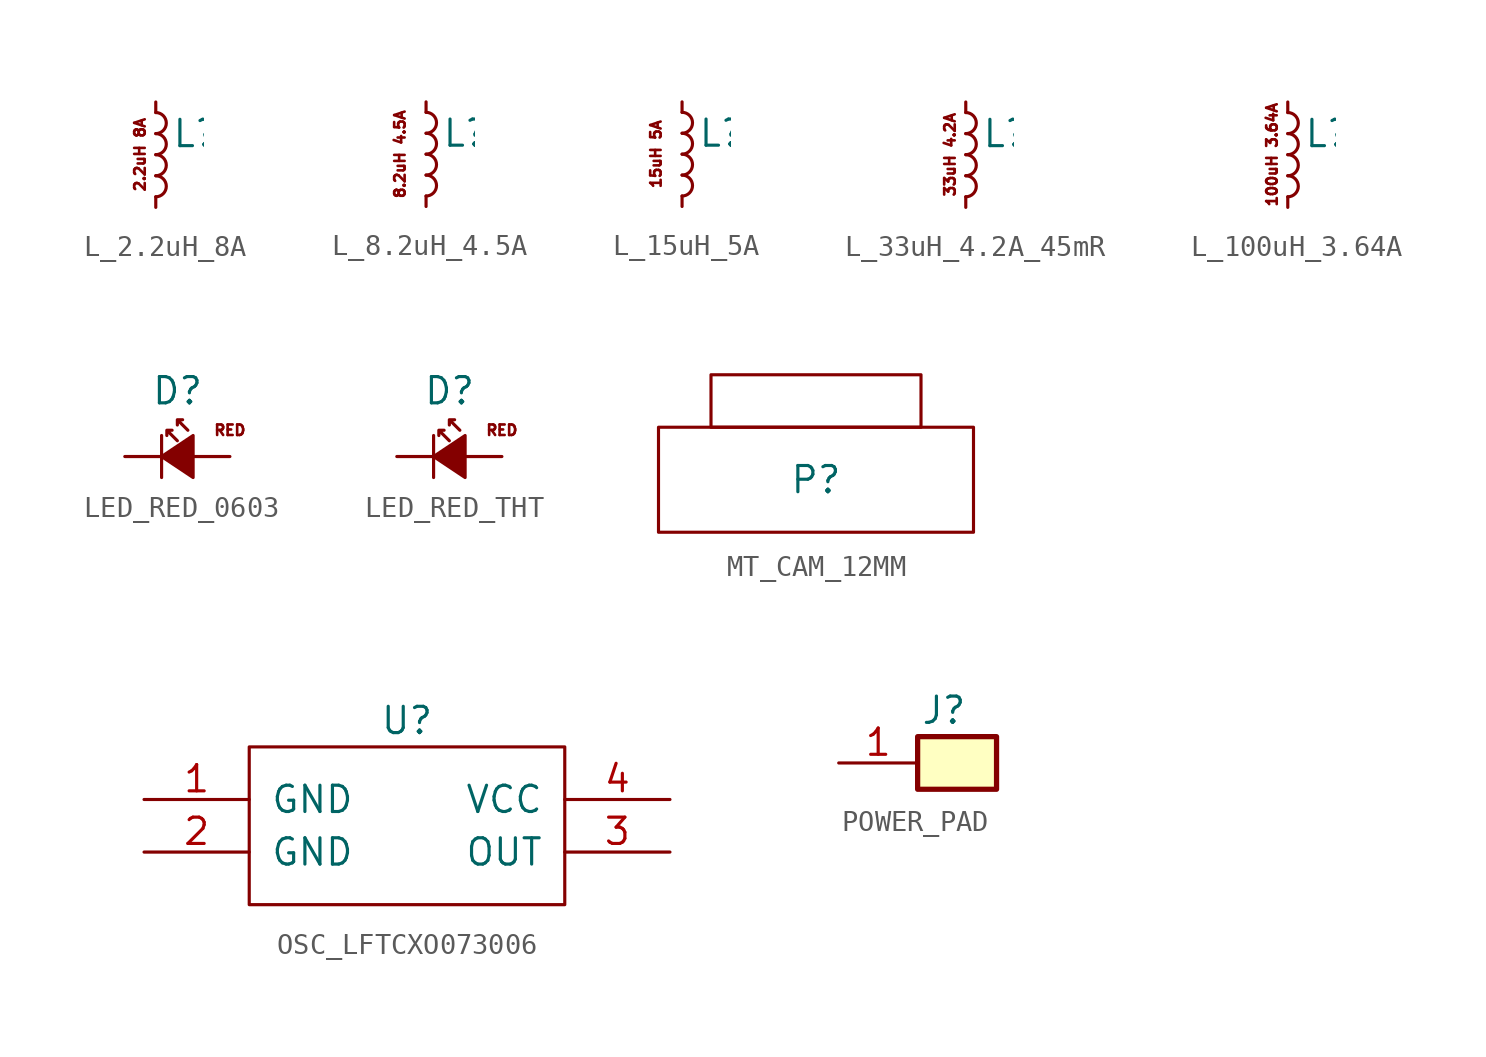
<source format=kicad_sym>
(kicad_symbol_lib
  (version 20211014)
  (generator kicad_symbol_editor)
  (symbol "L_2.2uH_8A"
    (pin_numbers hide)
    (pin_names
      (offset 0.254) hide)
    (property "Reference" "L"
      (at 0.762 1.016 0)
      (effects (font (size 1.27 1.27)) (justify left)))
    (symbol "L_2.2uH_8A_0_0"
      (text "2.2uH 8A" (at -0.762 0 900) (effects (font (size 0.508 0.508)))))
    (symbol "L_2.2uH_8A_0_1"
      (arc (start 0 -2.032) (mid 0.508 -1.524) (end 0 -1.016) (stroke (width 0) (type default) (color 0 0 0 0)) (fill (type none)))
      (arc (start 0 -1.016) (mid 0.508 -0.508) (end 0 0) (stroke (width 0) (type default) (color 0 0 0 0)) (fill (type none)))
      (arc (start 0 0) (mid 0.508 0.508) (end 0 1.016) (stroke (width 0) (type default) (color 0 0 0 0)) (fill (type none)))
      (arc (start 0 1.016) (mid 0.508 1.524) (end 0 2.032) (stroke (width 0) (type default) (color 0 0 0 0)) (fill (type none))))
    (symbol "L_2.2uH_8A_1_1"
      (pin passive line (at 0 2.54 270) (length 0.508) (name "~" (effects (font (size 1.27 1.27)))) (number "1" (effects (font (size 1.27 1.27)))))
      (pin passive line (at 0 -2.54 90) (length 0.508) (name "~" (effects (font (size 1.27 1.27)))) (number "2" (effects (font (size 1.27 1.27)))))))
  (symbol "L_8.2uH_4.5A"
    (pin_numbers hide)
    (pin_names
      (offset 0.254) hide)
    (property "Reference" "L"
      (at 0.762 1.016 0)
      (effects (font (size 1.27 1.27)) (justify left)))
    (symbol "L_8.2uH_4.5A_0_0"
      (text "8.2uH 4.5A" (at -1.27 0 900) (effects (font (size 0.508 0.508)))))
    (symbol "L_8.2uH_4.5A_0_1"
      (arc (start 0 -2.032) (mid 0.508 -1.524) (end 0 -1.016) (stroke (width 0) (type default) (color 0 0 0 0)) (fill (type none)))
      (arc (start 0 -1.016) (mid 0.508 -0.508) (end 0 0) (stroke (width 0) (type default) (color 0 0 0 0)) (fill (type none)))
      (arc (start 0 0) (mid 0.508 0.508) (end 0 1.016) (stroke (width 0) (type default) (color 0 0 0 0)) (fill (type none)))
      (arc (start 0 1.016) (mid 0.508 1.524) (end 0 2.032) (stroke (width 0) (type default) (color 0 0 0 0)) (fill (type none))))
    (symbol "L_8.2uH_4.5A_1_1"
      (pin passive line (at 0 2.54 270) (length 0.508) (name "~" (effects (font (size 1.27 1.27)))) (number "1" (effects (font (size 1.27 1.27)))))
      (pin passive line (at 0 -2.54 90) (length 0.508) (name "~" (effects (font (size 1.27 1.27)))) (number "2" (effects (font (size 1.27 1.27)))))))
  (symbol "L_15uH_5A"
    (pin_numbers hide)
    (pin_names
      (offset 0.254) hide)
    (property "Reference" "L"
      (at 0.762 1.016 0)
      (effects (font (size 1.27 1.27)) (justify left)))
    (symbol "L_15uH_5A_0_0"
      (text "15uH 5A" (at -1.27 0 900) (effects (font (size 0.508 0.508)))))
    (symbol "L_15uH_5A_0_1"
      (arc (start 0 -2.032) (mid 0.508 -1.524) (end 0 -1.016) (stroke (width 0) (type default) (color 0 0 0 0)) (fill (type none)))
      (arc (start 0 -1.016) (mid 0.508 -0.508) (end 0 0) (stroke (width 0) (type default) (color 0 0 0 0)) (fill (type none)))
      (arc (start 0 0) (mid 0.508 0.508) (end 0 1.016) (stroke (width 0) (type default) (color 0 0 0 0)) (fill (type none)))
      (arc (start 0 1.016) (mid 0.508 1.524) (end 0 2.032) (stroke (width 0) (type default) (color 0 0 0 0)) (fill (type none))))
    (symbol "L_15uH_5A_1_1"
      (pin passive line (at 0 2.54 270) (length 0.508) (name "~" (effects (font (size 1.27 1.27)))) (number "1" (effects (font (size 1.27 1.27)))))
      (pin passive line (at 0 -2.54 90) (length 0.508) (name "~" (effects (font (size 1.27 1.27)))) (number "2" (effects (font (size 1.27 1.27)))))))
  (symbol "L_33uH_4.2A_45mR"
    (pin_numbers hide)
    (pin_names
      (offset 0.254) hide)
    (property "Reference" "L"
      (at 0.762 1.016 0)
      (effects (font (size 1.27 1.27)) (justify left)))
    (symbol "L_33uH_4.2A_45mR_0_0"
      (text "33uH 4.2A" (at -0.762 0 900) (effects (font (size 0.508 0.508)))))
    (symbol "L_33uH_4.2A_45mR_0_1"
      (arc (start 0 -2.032) (mid 0.508 -1.524) (end 0 -1.016) (stroke (width 0) (type default) (color 0 0 0 0)) (fill (type none)))
      (arc (start 0 -1.016) (mid 0.508 -0.508) (end 0 0) (stroke (width 0) (type default) (color 0 0 0 0)) (fill (type none)))
      (arc (start 0 0) (mid 0.508 0.508) (end 0 1.016) (stroke (width 0) (type default) (color 0 0 0 0)) (fill (type none)))
      (arc (start 0 1.016) (mid 0.508 1.524) (end 0 2.032) (stroke (width 0) (type default) (color 0 0 0 0)) (fill (type none))))
    (symbol "L_33uH_4.2A_45mR_1_1"
      (pin passive line (at 0 2.54 270) (length 0.508) (name "~" (effects (font (size 1.27 1.27)))) (number "1" (effects (font (size 1.27 1.27)))))
      (pin passive line (at 0 -2.54 90) (length 0.508) (name "~" (effects (font (size 1.27 1.27)))) (number "2" (effects (font (size 1.27 1.27)))))))
  (symbol "L_100uH_3.64A"
    (pin_numbers hide)
    (pin_names
      (offset 0.254) hide)
    (property "Reference" "L"
      (at 0.762 1.016 0)
      (effects (font (size 1.27 1.27)) (justify left)))
    (symbol "L_100uH_3.64A_0_0"
      (text "100uH 3.64A" (at -0.762 0 900) (effects (font (size 0.508 0.508)))))
    (symbol "L_100uH_3.64A_0_1"
      (arc (start 0 -2.032) (mid 0.508 -1.524) (end 0 -1.016) (stroke (width 0) (type default) (color 0 0 0 0)) (fill (type none)))
      (arc (start 0 -1.016) (mid 0.508 -0.508) (end 0 0) (stroke (width 0) (type default) (color 0 0 0 0)) (fill (type none)))
      (arc (start 0 0) (mid 0.508 0.508) (end 0 1.016) (stroke (width 0) (type default) (color 0 0 0 0)) (fill (type none)))
      (arc (start 0 1.016) (mid 0.508 1.524) (end 0 2.032) (stroke (width 0) (type default) (color 0 0 0 0)) (fill (type none))))
    (symbol "L_100uH_3.64A_1_1"
      (pin passive line (at 0 2.54 270) (length 0.508) (name "~" (effects (font (size 1.27 1.27)))) (number "1" (effects (font (size 1.27 1.27)))))
      (pin passive line (at 0 -2.54 90) (length 0.508) (name "~" (effects (font (size 1.27 1.27)))) (number "2" (effects (font (size 1.27 1.27)))))))
  (symbol "LED_RED_0603"
    (pin_numbers hide)
    (pin_names
      (offset 0.254) hide)
    (property "Reference" "D"
      (at -1.27 3.175 0)
      (effects (font (size 1.27 1.27)) (justify left)))
    (property "Datasheet" ""
      (at 0 0 90)
      (effects (font (size 1.27 1.27))))
    (symbol "LED_RED_0603_0_0"
      (text "RED" (at 2.54 1.27 0) (effects (font (size 0.508 0.508)))))
    (symbol "LED_RED_0603_0_1"
      (polyline (pts (xy -0.762 -1.016) (xy -0.762 1.016)) (stroke (width 0) (type default) (color 0 0 0 0)) (fill (type none)))
      (polyline (pts (xy 0.762 -1.016) (xy -0.762 0) (xy 0.762 1.016) (xy 0.762 -1.016)) (stroke (width 0) (type default) (color 0 0 0 0)) (fill (type outline)))
      (polyline (pts (xy 0 0.762) (xy -0.508 1.27) (xy -0.254 1.27) (xy -0.508 1.27) (xy -0.508 1.016)) (stroke (width 0) (type default) (color 0 0 0 0)) (fill (type none)))
      (polyline (pts (xy 0.508 1.27) (xy 0 1.778) (xy 0.254 1.778) (xy 0 1.778) (xy 0 1.524)) (stroke (width 0) (type default) (color 0 0 0 0)) (fill (type none))))
    (symbol "LED_RED_0603_1_1"
      (pin passive line (at -2.54 0 0) (length 1.778) (name "K" (effects (font (size 1.016 1.016)))) (number "1" (effects (font (size 1.016 1.016)))))
      (pin passive line (at 2.54 0 180) (length 1.778) (name "A" (effects (font (size 1.016 1.016)))) (number "2" (effects (font (size 1.016 1.016)))))))
  (symbol "LED_RED_THT"
    (pin_numbers hide)
    (pin_names
      (offset 0.254) hide)
    (property "Reference" "D"
      (at -1.27 3.175 0)
      (effects (font (size 1.27 1.27)) (justify left)))
    (symbol "LED_RED_THT_0_0"
      (text "RED" (at 2.54 1.27 0) (effects (font (size 0.508 0.508)))))
    (symbol "LED_RED_THT_0_1"
      (polyline (pts (xy -0.762 -1.016) (xy -0.762 1.016)) (stroke (width 0) (type default) (color 0 0 0 0)) (fill (type none)))
      (polyline (pts (xy 0.762 -1.016) (xy -0.762 0) (xy 0.762 1.016) (xy 0.762 -1.016)) (stroke (width 0) (type default) (color 0 0 0 0)) (fill (type outline)))
      (polyline (pts (xy 0 0.762) (xy -0.508 1.27) (xy -0.254 1.27) (xy -0.508 1.27) (xy -0.508 1.016)) (stroke (width 0) (type default) (color 0 0 0 0)) (fill (type none)))
      (polyline (pts (xy 0.508 1.27) (xy 0 1.778) (xy 0.254 1.778) (xy 0 1.778) (xy 0 1.524)) (stroke (width 0) (type default) (color 0 0 0 0)) (fill (type none))))
    (symbol "LED_RED_THT_1_1"
      (pin passive line (at -2.54 0 0) (length 1.778) (name "K" (effects (font (size 1.016 1.016)))) (number "1" (effects (font (size 1.016 1.016)))))
      (pin passive line (at 2.54 0 180) (length 1.778) (name "A" (effects (font (size 1.016 1.016)))) (number "2" (effects (font (size 1.016 1.016)))))))
  (symbol "MT_CAM_12MM"
    (pin_names
      (offset 1.016))
    (property "Reference" "P"
      (at 0 0 0)
      (effects (font (size 1.27 1.27))))
    (symbol "MT_CAM_12MM_0_1"
      (rectangle (start -7.62 2.54) (end 7.62 -2.54) (stroke (width 0) (type default) (color 0 0 0 0)) (fill (type none)))
      (rectangle (start -5.08 2.54) (end 5.08 5.08) (stroke (width 0) (type default) (color 0 0 0 0)) (fill (type none)))))
  (symbol "OSC_LFTCXO073006"
    (pin_names
      (offset 1.016))
    (property "Reference" "U"
      (at 0 5.08 0)
      (effects (font (size 1.27 1.27))))
    (symbol "OSC_LFTCXO073006_0_1"
      (rectangle (start -7.62 3.81) (end 7.62 -3.81) (stroke (width 0) (type default) (color 0 0 0 0)) (fill (type none))))
    (symbol "OSC_LFTCXO073006_1_1"
      (pin input line (at -12.7 1.27 0) (length 5.08) (name "GND" (effects (font (size 1.27 1.27)))) (number "1" (effects (font (size 1.27 1.27)))))
      (pin input line (at -12.7 -1.27 0) (length 5.08) (name "GND" (effects (font (size 1.27 1.27)))) (number "2" (effects (font (size 1.27 1.27)))))
      (pin output line (at 12.7 -1.27 180) (length 5.08) (name "OUT" (effects (font (size 1.27 1.27)))) (number "3" (effects (font (size 1.27 1.27)))))
      (pin power_in line (at 12.7 1.27 180) (length 5.08) (name "VCC" (effects (font (size 1.27 1.27)))) (number "4" (effects (font (size 1.27 1.27)))))))
  (symbol "POWER_PAD"
    (pin_names
      (offset 1.016) hide)
    (property "Reference" "J"
      (at 0 2.54 0)
      (effects (font (size 1.27 1.27))))
    (symbol "POWER_PAD_1_1"
      (rectangle (start -1.27 1.27) (end 2.54 -1.27) (stroke (width 0.254) (type default) (color 0 0 0 0)) (fill (type background)))
      (pin passive line (at -5.08 0 0) (length 3.81) (name "Pin_1" (effects (font (size 1.27 1.27)))) (number "1" (effects (font (size 1.27 1.27))))))))
</source>
